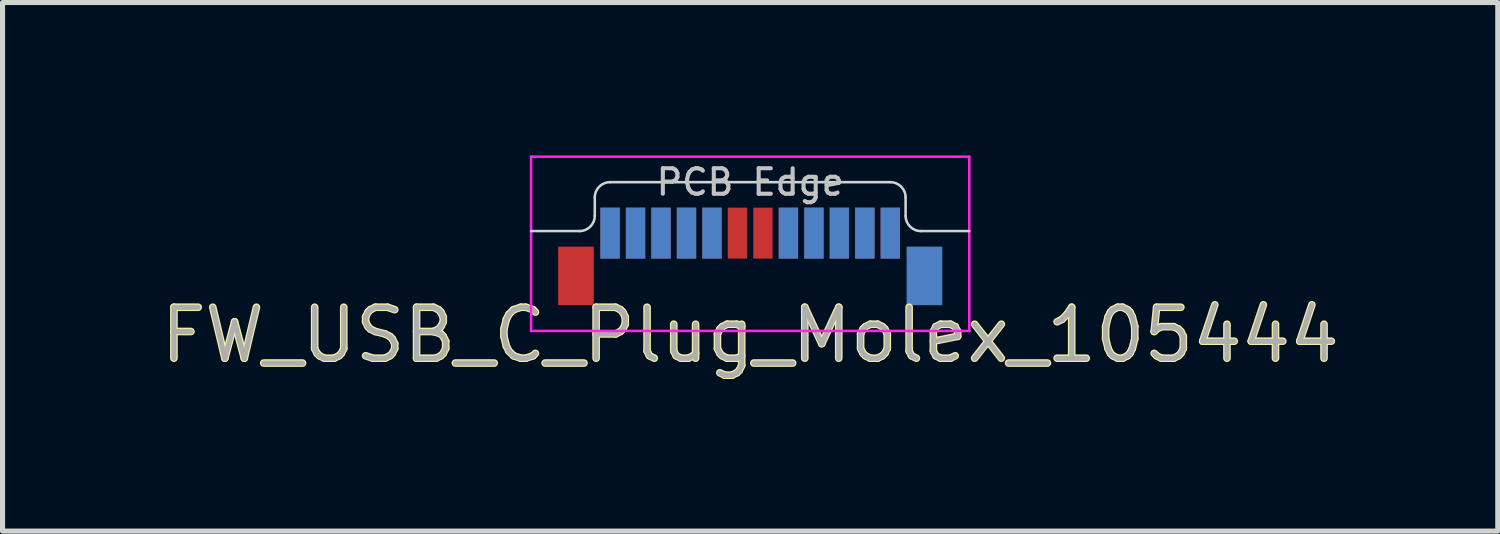
<source format=kicad_pcb>
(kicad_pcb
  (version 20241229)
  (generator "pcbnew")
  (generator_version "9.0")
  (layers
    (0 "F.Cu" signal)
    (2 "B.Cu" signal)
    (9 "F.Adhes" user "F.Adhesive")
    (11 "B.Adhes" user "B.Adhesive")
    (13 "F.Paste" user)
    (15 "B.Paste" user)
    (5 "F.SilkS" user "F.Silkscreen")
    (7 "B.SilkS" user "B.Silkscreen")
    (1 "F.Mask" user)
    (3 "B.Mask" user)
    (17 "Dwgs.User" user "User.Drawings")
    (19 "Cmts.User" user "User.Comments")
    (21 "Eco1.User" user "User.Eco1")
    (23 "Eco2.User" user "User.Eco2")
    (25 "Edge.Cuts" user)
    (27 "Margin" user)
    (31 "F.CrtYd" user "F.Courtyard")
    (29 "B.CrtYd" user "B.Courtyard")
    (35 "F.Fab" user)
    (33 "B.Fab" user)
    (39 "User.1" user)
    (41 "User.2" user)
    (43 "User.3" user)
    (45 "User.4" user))
  (footprint "FW_USB_C_Plug_Molex_105444"
    (layer "F.Cu")
    (at 11.673 1.485)
    (property "Reference" "FW_USB_C_Plug_Molex_105444" (at 0 2.04 0) (layer "F.SilkS") (effects (font (size 1 1) (thickness 0.15))))
    (attr smd)
    (fp_line (start -3.35 0) (end -4.3 0) (stroke (width 0.1) (type solid)) (layer "Eco1.User"))
    (fp_line (start -3.05 -0.66) (end -3.05 -0.3) (stroke (width 0.1) (type solid)) (layer "Eco1.User"))
    (fp_line (start -2.75 -0.96) (end 2.75 -0.96) (stroke (width 0.1) (type solid)) (layer "Eco1.User"))
    (fp_line (start 3.05 -0.66) (end 3.05 -0.3) (stroke (width 0.1) (type solid)) (layer "Eco1.User"))
    (fp_line (start 3.35 0) (end 4.3 0) (stroke (width 0.1) (type solid)) (layer "Eco1.User"))
    (fp_arc (start -3.05 -0.66) (mid -2.962132 -0.872132) (end -2.75 -0.96) (stroke (width 0.1) (type solid)) (layer "Eco1.User"))
    (fp_arc (start -3.05 -0.3) (mid -3.137868 -0.087868) (end -3.35 0) (stroke (width 0.1) (type solid)) (layer "Eco1.User"))
    (fp_arc (start 2.75 -0.96) (mid 2.962132 -0.872132) (end 3.05 -0.66) (stroke (width 0.1) (type solid)) (layer "Eco1.User"))
    (fp_arc (start 3.35 0) (mid 3.137868 -0.087868) (end 3.05 -0.3) (stroke (width 0.1) (type solid)) (layer "Eco1.User"))
    (fp_line (start -3.35 0) (end -4.3 0) (stroke (width 0.05) (type solid)) (layer "Edge.Cuts"))
    (fp_line (start -3.05 -0.66) (end -3.05 -0.3) (stroke (width 0.05) (type solid)) (layer "Edge.Cuts"))
    (fp_line (start -2.75 -0.96) (end 2.75 -0.96) (stroke (width 0.05) (type solid)) (layer "Edge.Cuts"))
    (fp_line (start 3.05 -0.66) (end 3.05 -0.3) (stroke (width 0.05) (type solid)) (layer "Edge.Cuts"))
    (fp_line (start 3.35 0) (end 4.3 0) (stroke (width 0.05) (type solid)) (layer "Edge.Cuts"))
    (fp_arc (start -3.05 -0.66) (mid -2.962132 -0.872132) (end -2.75 -0.96) (stroke (width 0.05) (type solid)) (layer "Edge.Cuts"))
    (fp_arc (start -3.05 -0.3) (mid -3.137868 -0.087868) (end -3.35 0) (stroke (width 0.05) (type solid)) (layer "Edge.Cuts"))
    (fp_arc (start 2.75 -0.96) (mid 2.962132 -0.872132) (end 3.05 -0.66) (stroke (width 0.05) (type solid)) (layer "Edge.Cuts"))
    (fp_arc (start 3.35 0) (mid 3.137868 -0.087868) (end 3.05 -0.3) (stroke (width 0.05) (type solid)) (layer "Edge.Cuts"))
    (fp_line (start -4.3 1.96) (end -4.3 -1.46) (stroke (width 0.05) (type solid)) (layer "F.CrtYd"))
    (fp_line (start 4.3 -1.46) (end -4.3 -1.46) (stroke (width 0.05) (type solid)) (layer "F.CrtYd"))
    (fp_line (start 4.3 1.96) (end -4.3 1.96) (stroke (width 0.05) (type solid)) (layer "F.CrtYd"))
    (fp_line (start 4.3 1.96) (end 4.3 -1.46) (stroke (width 0.05) (type solid)) (layer "F.CrtYd"))
    (fp_text user "PCB Edge" (at 0 -0.96 0) (layer "Dwgs.User") (effects (font (size 0.5 0.5) (thickness 0.08))))
    (fp_text user "${REFERENCE}" (at 0 2.04 0) (layer "F.Fab") (effects (font (size 1 1) (thickness 0.1))))
    (pad "A1" smd rect (at -2.75 0.04) (size 0.38 1) (layers "F.Cu" "F.Mask" "F.Paste"))
    (pad "A2" smd rect (at -2.25 0.04) (size 0.38 1) (layers "F.Cu" "F.Mask" "F.Paste"))
    (pad "A3" smd rect (at -1.75 0.04) (size 0.38 1) (layers "F.Cu" "F.Mask" "F.Paste"))
    (pad "A4" smd rect (at -1.25 0.04) (size 0.38 1) (layers "F.Cu" "F.Mask" "F.Paste"))
    (pad "A5" smd rect (at -0.75 0.04) (size 0.38 1) (layers "F.Cu" "F.Mask" "F.Paste"))
    (pad "A6" smd rect (at -0.25 0.04) (size 0.38 1) (layers "F.Cu" "F.Mask" "F.Paste"))
    (pad "A7" smd rect (at 0.25 0.04) (size 0.38 1) (layers "F.Cu" "F.Mask" "F.Paste"))
    (pad "A8" smd rect (at 0.75 0.04) (size 0.38 1) (layers "F.Cu" "F.Mask" "F.Paste"))
    (pad "A9" smd rect (at 1.25 0.04) (size 0.38 1) (layers "F.Cu" "F.Mask" "F.Paste"))
    (pad "A10" smd rect (at 1.75 0.04) (size 0.38 1) (layers "F.Cu" "F.Mask" "F.Paste"))
    (pad "A11" smd rect (at 2.25 0.04) (size 0.38 1) (layers "F.Cu" "F.Mask" "F.Paste"))
    (pad "A12" smd rect (at 2.75 0.04) (size 0.38 1) (layers "F.Cu" "F.Mask" "F.Paste"))
    (pad "B1" smd rect (at 2.75 0.04) (size 0.38 1) (layers "B.Cu" "B.Mask" "B.Paste"))
    (pad "B2" smd rect (at 2.25 0.04) (size 0.38 1) (layers "B.Cu" "B.Mask" "B.Paste"))
    (pad "B3" smd rect (at 1.75 0.04) (size 0.38 1) (layers "B.Cu" "B.Mask" "B.Paste"))
    (pad "B4" smd rect (at 1.25 0.04) (size 0.38 1) (layers "B.Cu" "B.Mask" "B.Paste"))
    (pad "B5" smd rect (at 0.75 0.04) (size 0.38 1) (layers "B.Cu" "B.Mask" "B.Paste"))
    (pad "B8" smd rect (at -0.75 0.04) (size 0.38 1) (layers "B.Cu" "B.Mask" "B.Paste"))
    (pad "B9" smd rect (at -1.25 0.04) (size 0.38 1) (layers "B.Cu" "B.Mask" "B.Paste"))
    (pad "B10" smd rect (at -1.75 0.04) (size 0.38 1) (layers "B.Cu" "B.Mask" "B.Paste"))
    (pad "B11" smd rect (at -2.25 0.04) (size 0.38 1) (layers "B.Cu" "B.Mask" "B.Paste"))
    (pad "B12" smd rect (at -2.75 0.04) (size 0.38 1) (layers "B.Cu" "B.Mask" "B.Paste"))
    (pad "S1" smd rect (at -3.42 0.88) (size 0.7 1.15) (layers "F.Cu" "F.Mask" "F.Paste"))
    (pad "S1" smd rect (at 3.42 0.88) (size 0.7 1.15) (layers "B.Cu" "B.Mask" "B.Paste")))
  (gr_rect
    (start -3 -3)
    (end 26.345 7.373)
    (stroke (width 0.1) (type default))
    (fill no)
    (layer "Edge.Cuts")))
</source>
